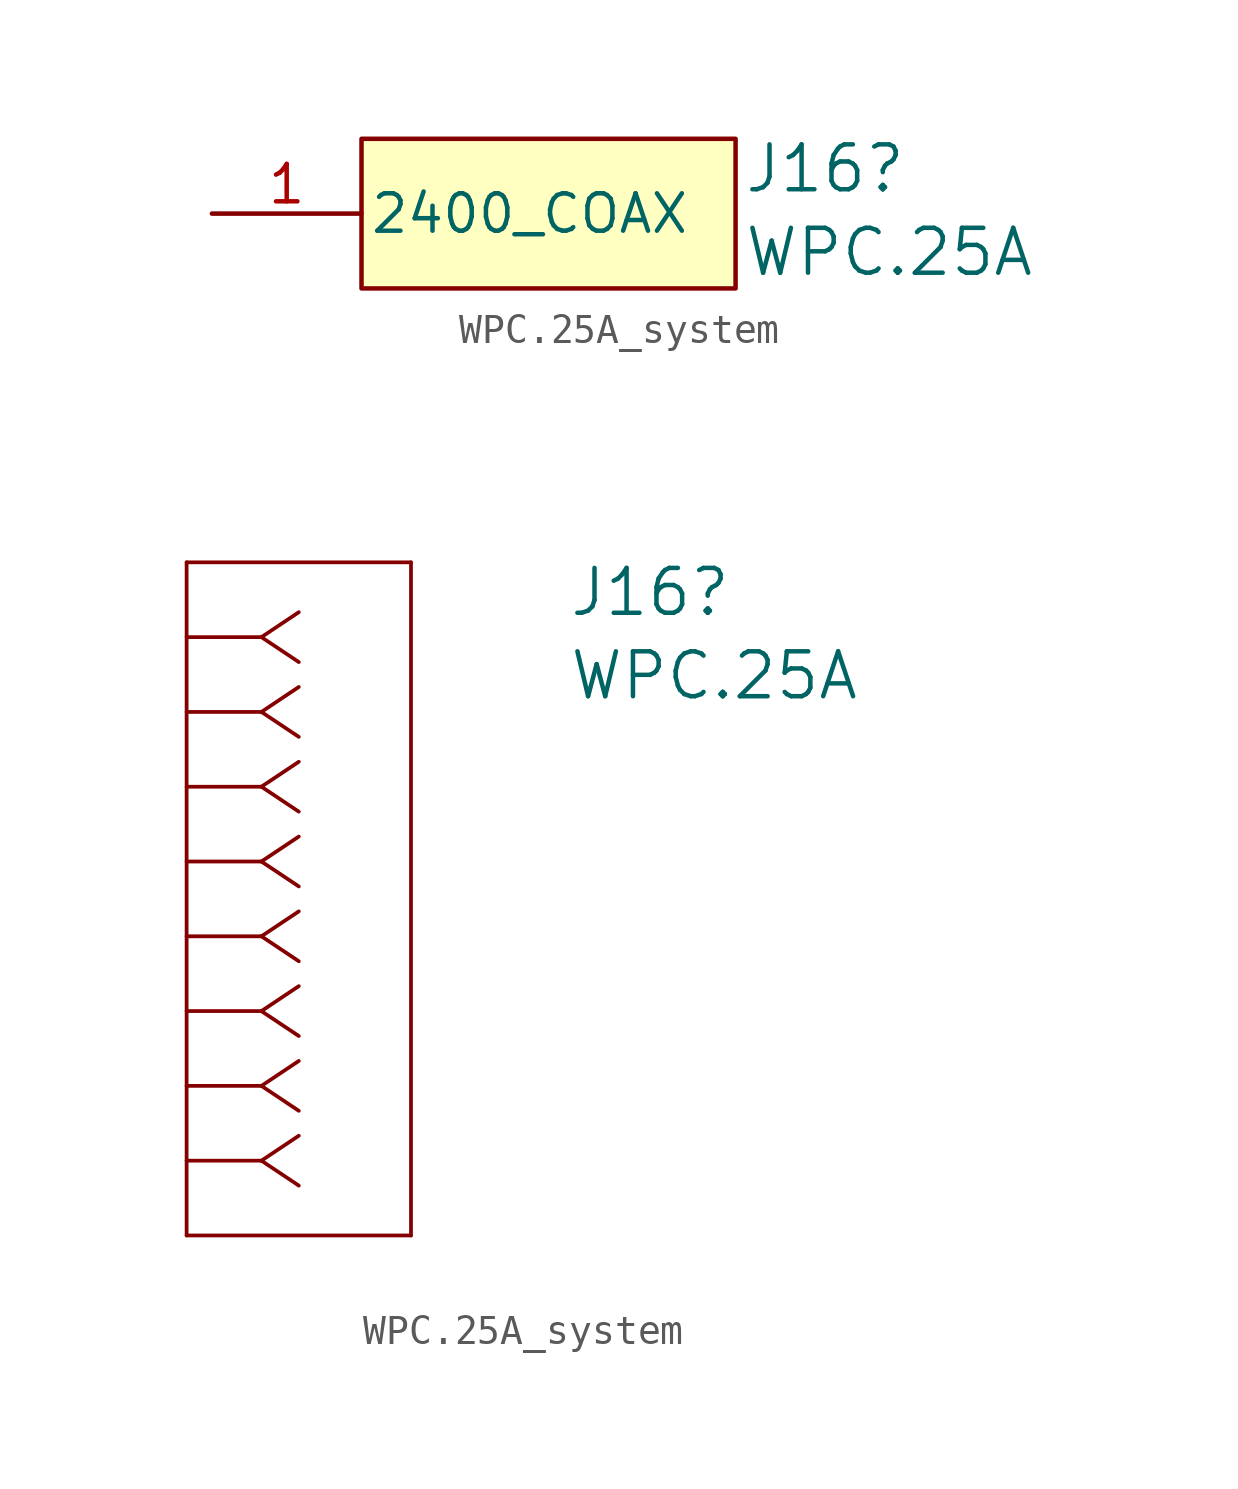
<source format=kicad_sym>
(kicad_symbol_lib
  (version 20241209)
  (generator "kicad_symbol_editor")
  (generator_version "9.0")
  (symbol "WPC.25A_system"
    (pin_names
      (offset 0.254))
    (property "Reference" "J16"
      (at 18.034 1.524 0)
      (effects (font (size 1.524 1.524)) (justify left)))
    (property "Value" "WPC.25A"
      (at 18.034 -1.309 0)
      (effects (font (size 1.524 1.524)) (justify left)))
    (symbol "WPC.25A_system_1_1"
      (rectangle (start 5.08 2.54) (end 17.78 -2.54) (stroke (width 0) (type default)) (fill (type background)))
      (pin passive line (at 0 0 0) (length 5.08) (name "2400_COAX" (effects (font (size 1.27 1.27)))) (number "1" (effects (font (size 1.27 1.27))))))
    (symbol "WPC.25A_system_1_2"
      (polyline (pts (xy 5.08 2.54) (xy 5.08 -20.32)) (stroke (width 0.127) (type default)) (fill (type none)))
      (polyline (pts (xy 5.08 -20.32) (xy 12.7 -20.32)) (stroke (width 0.127) (type default)) (fill (type none)))
      (polyline (pts (xy 7.62 0) (xy 5.08 0)) (stroke (width 0.127) (type default)) (fill (type none)))
      (polyline (pts (xy 7.62 0) (xy 8.89 0.847)) (stroke (width 0.127) (type default)) (fill (type none)))
      (polyline (pts (xy 7.62 0) (xy 8.89 -0.847)) (stroke (width 0.127) (type default)) (fill (type none)))
      (polyline (pts (xy 7.62 -2.54) (xy 5.08 -2.54)) (stroke (width 0.127) (type default)) (fill (type none)))
      (polyline (pts (xy 7.62 -2.54) (xy 8.89 -1.693)) (stroke (width 0.127) (type default)) (fill (type none)))
      (polyline (pts (xy 7.62 -2.54) (xy 8.89 -3.387)) (stroke (width 0.127) (type default)) (fill (type none)))
      (polyline (pts (xy 7.62 -5.08) (xy 5.08 -5.08)) (stroke (width 0.127) (type default)) (fill (type none)))
      (polyline (pts (xy 7.62 -5.08) (xy 8.89 -4.233)) (stroke (width 0.127) (type default)) (fill (type none)))
      (polyline (pts (xy 7.62 -5.08) (xy 8.89 -5.927)) (stroke (width 0.127) (type default)) (fill (type none)))
      (polyline (pts (xy 7.62 -7.62) (xy 5.08 -7.62)) (stroke (width 0.127) (type default)) (fill (type none)))
      (polyline (pts (xy 7.62 -7.62) (xy 8.89 -6.773)) (stroke (width 0.127) (type default)) (fill (type none)))
      (polyline (pts (xy 7.62 -7.62) (xy 8.89 -8.467)) (stroke (width 0.127) (type default)) (fill (type none)))
      (polyline (pts (xy 7.62 -10.16) (xy 5.08 -10.16)) (stroke (width 0.127) (type default)) (fill (type none)))
      (polyline (pts (xy 7.62 -10.16) (xy 8.89 -9.313)) (stroke (width 0.127) (type default)) (fill (type none)))
      (polyline (pts (xy 7.62 -10.16) (xy 8.89 -11.007)) (stroke (width 0.127) (type default)) (fill (type none)))
      (polyline (pts (xy 7.62 -12.7) (xy 5.08 -12.7)) (stroke (width 0.127) (type default)) (fill (type none)))
      (polyline (pts (xy 7.62 -12.7) (xy 8.89 -11.853)) (stroke (width 0.127) (type default)) (fill (type none)))
      (polyline (pts (xy 7.62 -12.7) (xy 8.89 -13.547)) (stroke (width 0.127) (type default)) (fill (type none)))
      (polyline (pts (xy 7.62 -15.24) (xy 5.08 -15.24)) (stroke (width 0.127) (type default)) (fill (type none)))
      (polyline (pts (xy 7.62 -15.24) (xy 8.89 -14.393)) (stroke (width 0.127) (type default)) (fill (type none)))
      (polyline (pts (xy 7.62 -15.24) (xy 8.89 -16.087)) (stroke (width 0.127) (type default)) (fill (type none)))
      (polyline (pts (xy 7.62 -17.78) (xy 5.08 -17.78)) (stroke (width 0.127) (type default)) (fill (type none)))
      (polyline (pts (xy 7.62 -17.78) (xy 8.89 -16.933)) (stroke (width 0.127) (type default)) (fill (type none)))
      (polyline (pts (xy 7.62 -17.78) (xy 8.89 -18.627)) (stroke (width 0.127) (type default)) (fill (type none)))
      (polyline (pts (xy 12.7 2.54) (xy 5.08 2.54)) (stroke (width 0.127) (type default)) (fill (type none)))
      (polyline (pts (xy 12.7 -20.32) (xy 12.7 2.54)) (stroke (width 0.127) (type default)) (fill (type none))))))
</source>
